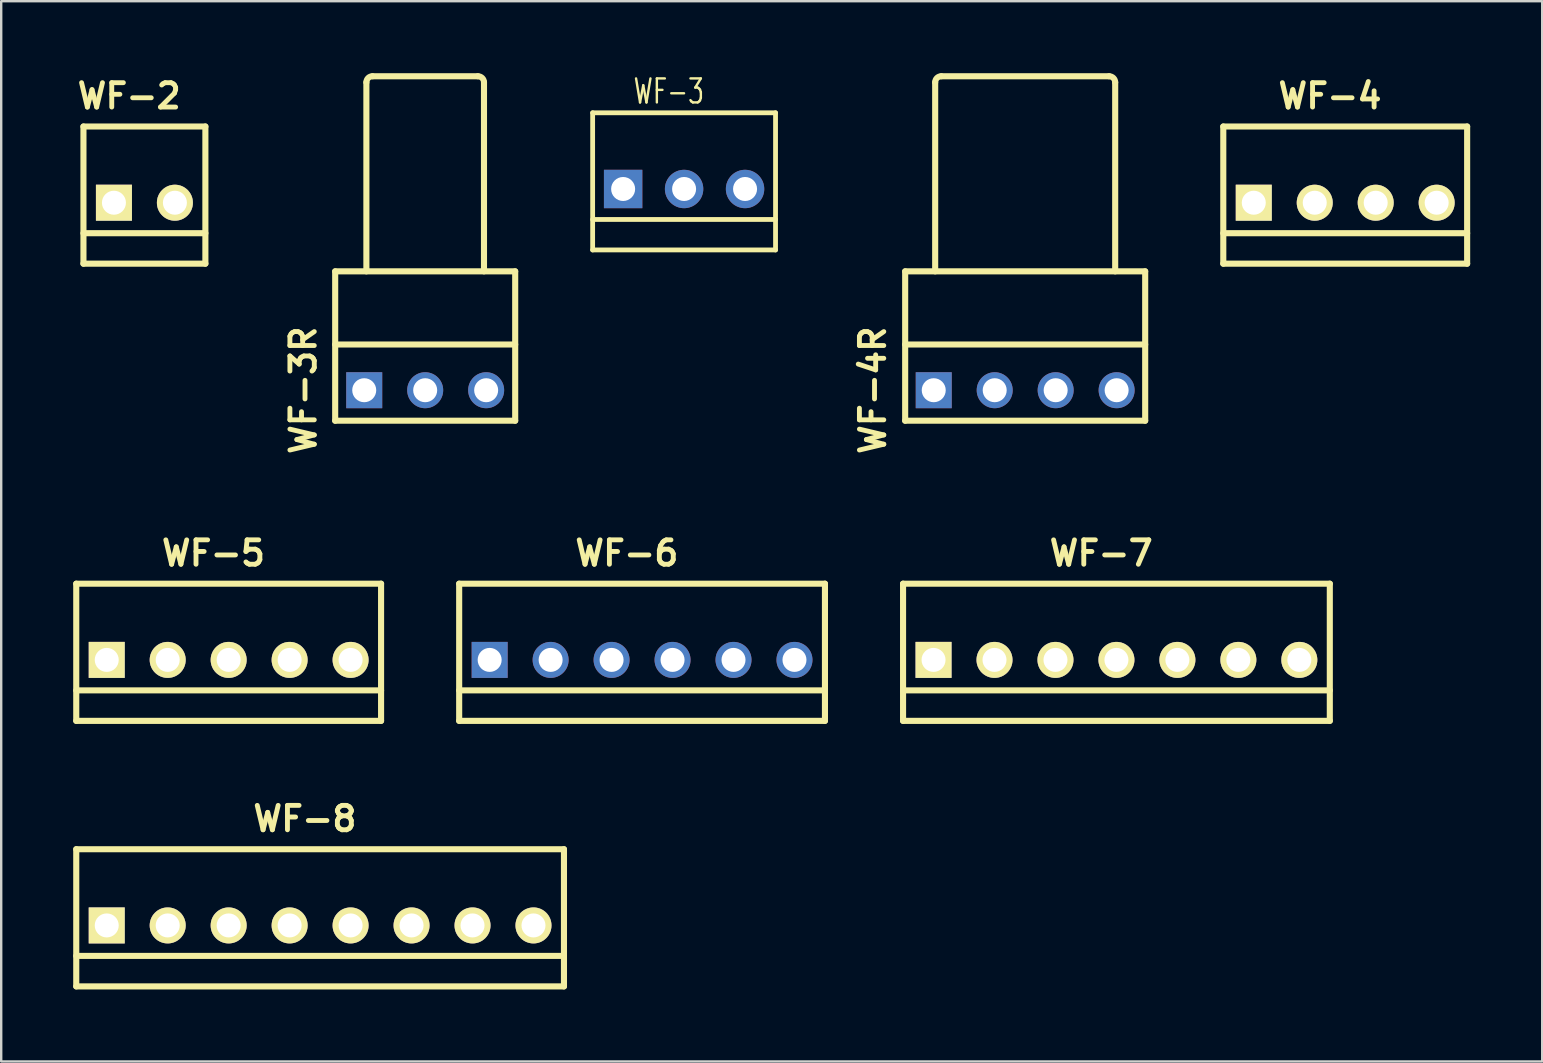
<source format=kicad_pcb>
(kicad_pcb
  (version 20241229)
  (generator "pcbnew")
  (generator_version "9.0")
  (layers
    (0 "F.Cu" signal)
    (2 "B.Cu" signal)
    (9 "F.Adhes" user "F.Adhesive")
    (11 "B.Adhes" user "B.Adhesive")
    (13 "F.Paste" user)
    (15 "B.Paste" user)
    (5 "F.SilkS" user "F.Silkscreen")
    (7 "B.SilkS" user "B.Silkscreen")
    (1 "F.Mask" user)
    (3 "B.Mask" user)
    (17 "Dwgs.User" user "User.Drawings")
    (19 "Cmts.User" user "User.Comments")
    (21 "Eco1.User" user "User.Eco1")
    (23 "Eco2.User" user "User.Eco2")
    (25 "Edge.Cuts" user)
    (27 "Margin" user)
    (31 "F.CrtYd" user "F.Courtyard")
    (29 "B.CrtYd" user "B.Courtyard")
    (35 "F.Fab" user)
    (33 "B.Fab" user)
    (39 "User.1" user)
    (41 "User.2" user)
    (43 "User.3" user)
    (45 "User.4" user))
  (footprint "WF-2"
    (layer "F.Cu")
    (at 2.967 5.396)
    (property "Reference" "WF-2" (at -0.635 -4.445 0) (layer "F.SilkS") (effects (font (size 1.016 1.016) (thickness 0.203))))
    (attr through_hole)
    (fp_line (start -2.54 -3.175) (end 2.54 -3.175) (stroke (width 0.254) (type solid)) (layer "F.SilkS"))
    (fp_line (start -2.54 2.54) (end -2.54 -3.175) (stroke (width 0.254) (type solid)) (layer "F.SilkS"))
    (fp_line (start -2.54 2.54) (end 2.54 2.54) (stroke (width 0.254) (type solid)) (layer "F.SilkS"))
    (fp_line (start 2.54 1.27) (end -2.54 1.27) (stroke (width 0.254) (type solid)) (layer "F.SilkS"))
    (fp_line (start 2.54 2.54) (end 2.54 -3.175) (stroke (width 0.254) (type solid)) (layer "F.SilkS"))
    (pad "1" thru_hole rect (at -1.27 0) (size 1.5 1.5) (drill 1) (layers "*.Cu" "*.Mask" "F.SilkS"))
    (pad "2" thru_hole circle (at 1.27 0) (size 1.5 1.5) (drill 1) (layers "*.Cu" "*.Mask" "F.SilkS")))
  (footprint "WF-7"
    (layer "F.Cu")
    (at 43.465 24.444)
    (property "Reference" "WF-7" (at -0.635 -4.445 0) (layer "F.SilkS") (effects (font (size 1.016 1.016) (thickness 0.203))))
    (attr through_hole)
    (fp_line (start -8.89 -3.175) (end 8.89 -3.175) (stroke (width 0.254) (type solid)) (layer "F.SilkS"))
    (fp_line (start -8.89 2.54) (end -8.89 -3.175) (stroke (width 0.254) (type solid)) (layer "F.SilkS"))
    (fp_line (start -8.89 2.54) (end 8.89 2.54) (stroke (width 0.254) (type solid)) (layer "F.SilkS"))
    (fp_line (start 8.89 1.27) (end -8.89 1.27) (stroke (width 0.254) (type solid)) (layer "F.SilkS"))
    (fp_line (start 8.89 2.54) (end 8.89 -3.175) (stroke (width 0.254) (type solid)) (layer "F.SilkS"))
    (pad "1" thru_hole rect (at -7.62 0) (size 1.5 1.5) (drill 1) (layers "*.Cu" "*.Mask" "F.SilkS"))
    (pad "2" thru_hole circle (at -5.08 0) (size 1.5 1.5) (drill 1) (layers "*.Cu" "*.Mask" "F.SilkS"))
    (pad "3" thru_hole circle (at -2.54 0) (size 1.5 1.5) (drill 1) (layers "*.Cu" "*.Mask" "F.SilkS"))
    (pad "4" thru_hole circle (at 0 0) (size 1.5 1.5) (drill 1) (layers "*.Cu" "*.Mask" "F.SilkS"))
    (pad "5" thru_hole circle (at 2.54 0) (size 1.5 1.5) (drill 1) (layers "*.Cu" "*.Mask" "F.SilkS"))
    (pad "6" thru_hole circle (at 5.08 0) (size 1.5 1.5) (drill 1) (layers "*.Cu" "*.Mask" "F.SilkS"))
    (pad "7" thru_hole circle (at 7.62 0) (size 1.5 1.5) (drill 1) (layers "*.Cu" "*.Mask" "F.SilkS")))
  (footprint "WF-3R"
    (layer "F.Cu")
    (at 14.665 13.208)
    (property "Reference" "WF-3R" (at -5.08 0 90) (layer "F.SilkS") (effects (font (size 1.016 1.016) (thickness 0.203))))
    (attr through_hole)
    (fp_line (start -3.75 1.27) (end -3.75 -4.953) (stroke (width 0.254) (type solid)) (layer "F.SilkS"))
    (fp_line (start -2.45 -4.953) (end -2.45 -12.827) (stroke (width 0.254) (type solid)) (layer "F.SilkS"))
    (fp_line (start -2.196 -13.081) (end 2.196 -13.081) (stroke (width 0.254) (type solid)) (layer "F.SilkS"))
    (fp_line (start 2.45 -12.827) (end 2.45 -4.953) (stroke (width 0.254) (type solid)) (layer "F.SilkS"))
    (fp_line (start 3.75 -4.953) (end -3.75 -4.953) (stroke (width 0.254) (type solid)) (layer "F.SilkS"))
    (fp_line (start 3.75 -1.905) (end -3.75 -1.905) (stroke (width 0.254) (type solid)) (layer "F.SilkS"))
    (fp_line (start 3.75 1.27) (end -3.75 1.27) (stroke (width 0.254) (type solid)) (layer "F.SilkS"))
    (fp_line (start 3.75 1.27) (end 3.75 -4.953) (stroke (width 0.254) (type solid)) (layer "F.SilkS"))
    (fp_arc (start -2.45 -12.827) (mid -2.375605 -13.006605) (end -2.196 -13.081) (stroke (width 0.254) (type solid)) (layer "F.SilkS"))
    (fp_arc (start 2.196 -13.081) (mid 2.375605 -13.006605) (end 2.45 -12.827) (stroke (width 0.254) (type solid)) (layer "F.SilkS"))
    (pad "1" thru_hole rect (at -2.54 0) (size 1.5 1.5) (drill 1) (layers "*.Cu" "*.Mask"))
    (pad "2" thru_hole circle (at 0 0) (size 1.5 1.5) (drill 1) (layers "*.Cu" "*.Mask"))
    (pad "3" thru_hole circle (at 2.54 0) (size 1.5 1.5) (drill 1) (layers "*.Cu" "*.Mask")))
  (footprint "WF-3"
    (layer "F.Cu")
    (at 25.452 4.824)
    (property "Reference" "WF-3" (at -0.635 -4.064 0) (layer "F.SilkS") (effects (font (size 1 0.7) (thickness 0.1))))
    (attr through_hole)
    (fp_line (start -3.81 -3.175) (end 3.81 -3.175) (stroke (width 0.2) (type solid)) (layer "F.SilkS"))
    (fp_line (start -3.81 1.27) (end 3.81 1.27) (stroke (width 0.2) (type solid)) (layer "F.SilkS"))
    (fp_line (start -3.81 2.54) (end -3.81 -3.175) (stroke (width 0.2) (type solid)) (layer "F.SilkS"))
    (fp_line (start 3.81 2.54) (end -3.81 2.54) (stroke (width 0.2) (type solid)) (layer "F.SilkS"))
    (fp_line (start 3.81 2.54) (end 3.81 -3.175) (stroke (width 0.2) (type solid)) (layer "F.SilkS"))
    (pad "1" thru_hole rect (at -2.54 0) (size 1.6 1.6) (drill 1) (layers "*.Cu" "*.Mask"))
    (pad "2" thru_hole circle (at 0 0) (size 1.6 1.6) (drill 1) (layers "*.Cu" "*.Mask"))
    (pad "3" thru_hole circle (at 2.54 0) (size 1.6 1.6) (drill 1) (layers "*.Cu" "*.Mask")))
  (footprint "WF-6"
    (layer "F.Cu")
    (at 23.701 24.444)
    (property "Reference" "WF-6" (at -0.635 -4.445 0) (layer "F.SilkS") (effects (font (size 1.016 1.016) (thickness 0.203))))
    (attr through_hole)
    (fp_line (start -7.62 -3.175) (end 7.62 -3.175) (stroke (width 0.254) (type solid)) (layer "F.SilkS"))
    (fp_line (start -7.62 2.54) (end -7.62 -3.175) (stroke (width 0.254) (type solid)) (layer "F.SilkS"))
    (fp_line (start 7.62 1.27) (end -7.62 1.27) (stroke (width 0.254) (type solid)) (layer "F.SilkS"))
    (fp_line (start 7.62 2.54) (end -7.62 2.54) (stroke (width 0.254) (type solid)) (layer "F.SilkS"))
    (fp_line (start 7.62 2.54) (end 7.62 -3.175) (stroke (width 0.254) (type solid)) (layer "F.SilkS"))
    (pad "1" thru_hole rect (at -6.35 0) (size 1.5 1.5) (drill 1) (layers "*.Cu" "*.Mask"))
    (pad "2" thru_hole circle (at -3.81 0) (size 1.5 1.5) (drill 1) (layers "*.Cu" "*.Mask"))
    (pad "3" thru_hole circle (at -1.27 0) (size 1.5 1.5) (drill 1) (layers "*.Cu" "*.Mask"))
    (pad "4" thru_hole circle (at 1.27 0) (size 1.5 1.5) (drill 1) (layers "*.Cu" "*.Mask"))
    (pad "5" thru_hole circle (at 3.81 0) (size 1.5 1.5) (drill 1) (layers "*.Cu" "*.Mask"))
    (pad "6" thru_hole circle (at 6.35 0) (size 1.5 1.5) (drill 1) (layers "*.Cu" "*.Mask")))
  (footprint "WF-8"
    (layer "F.Cu")
    (at 10.287 35.507)
    (property "Reference" "WF-8" (at -0.635 -4.445 0) (layer "F.SilkS") (effects (font (size 1.016 1.016) (thickness 0.203))))
    (attr through_hole)
    (fp_line (start -10.16 1.27) (end 10.16 1.27) (stroke (width 0.254) (type solid)) (layer "F.SilkS"))
    (fp_line (start -10.16 2.54) (end -10.16 -3.175) (stroke (width 0.254) (type solid)) (layer "F.SilkS"))
    (fp_line (start 10.16 -3.175) (end -10.16 -3.175) (stroke (width 0.254) (type solid)) (layer "F.SilkS"))
    (fp_line (start 10.16 2.54) (end -10.16 2.54) (stroke (width 0.254) (type solid)) (layer "F.SilkS"))
    (fp_line (start 10.16 2.54) (end 10.16 -3.175) (stroke (width 0.254) (type solid)) (layer "F.SilkS"))
    (pad "1" thru_hole rect (at -8.89 0) (size 1.5 1.5) (drill 1) (layers "*.Cu" "*.Mask" "F.SilkS"))
    (pad "2" thru_hole circle (at -6.35 0) (size 1.5 1.5) (drill 1) (layers "*.Cu" "*.Mask" "F.SilkS"))
    (pad "3" thru_hole circle (at -3.81 0) (size 1.5 1.5) (drill 1) (layers "*.Cu" "*.Mask" "F.SilkS"))
    (pad "4" thru_hole circle (at -1.27 0) (size 1.5 1.5) (drill 1) (layers "*.Cu" "*.Mask" "F.SilkS"))
    (pad "5" thru_hole circle (at 1.27 0) (size 1.5 1.5) (drill 1) (layers "*.Cu" "*.Mask" "F.SilkS"))
    (pad "6" thru_hole circle (at 3.81 0) (size 1.5 1.5) (drill 1) (layers "*.Cu" "*.Mask" "F.SilkS"))
    (pad "7" thru_hole circle (at 6.35 0) (size 1.5 1.5) (drill 1) (layers "*.Cu" "*.Mask" "F.SilkS"))
    (pad "8" thru_hole circle (at 8.89 0) (size 1.5 1.5) (drill 1) (layers "*.Cu" "*.Mask" "F.SilkS")))
  (footprint "WF-4R"
    (layer "F.Cu")
    (at 39.663 13.208)
    (property "Reference" "WF-4R" (at -6.35 0 90) (layer "F.SilkS") (effects (font (size 1.016 1.016) (thickness 0.203))))
    (attr through_hole)
    (fp_line (start -5 1.27) (end -5 -4.953) (stroke (width 0.254) (type solid)) (layer "F.SilkS"))
    (fp_line (start -3.75 -4.953) (end -3.75 -12.827) (stroke (width 0.254) (type solid)) (layer "F.SilkS"))
    (fp_line (start -3.496 -13.081) (end 3.496 -13.081) (stroke (width 0.254) (type solid)) (layer "F.SilkS"))
    (fp_line (start 3.75 -12.827) (end 3.75 -4.953) (stroke (width 0.254) (type solid)) (layer "F.SilkS"))
    (fp_line (start 5 -4.953) (end -5 -4.953) (stroke (width 0.254) (type solid)) (layer "F.SilkS"))
    (fp_line (start 5 -1.905) (end -5 -1.905) (stroke (width 0.254) (type solid)) (layer "F.SilkS"))
    (fp_line (start 5 1.27) (end -5 1.27) (stroke (width 0.254) (type solid)) (layer "F.SilkS"))
    (fp_line (start 5 1.27) (end 5 -4.953) (stroke (width 0.254) (type solid)) (layer "F.SilkS"))
    (fp_arc (start -3.75 -12.827) (mid -3.675605 -13.006605) (end -3.496 -13.081) (stroke (width 0.254) (type solid)) (layer "F.SilkS"))
    (fp_arc (start 3.496 -13.081) (mid 3.675605 -13.006605) (end 3.75 -12.827) (stroke (width 0.254) (type solid)) (layer "F.SilkS"))
    (pad "1" thru_hole rect (at -3.81 0) (size 1.5 1.5) (drill 1) (layers "*.Cu" "*.Mask"))
    (pad "2" thru_hole circle (at -1.27 0) (size 1.5 1.5) (drill 1) (layers "*.Cu" "*.Mask"))
    (pad "3" thru_hole circle (at 1.27 0) (size 1.5 1.5) (drill 1) (layers "*.Cu" "*.Mask"))
    (pad "4" thru_hole circle (at 3.81 0) (size 1.5 1.5) (drill 1) (layers "*.Cu" "*.Mask")))
  (footprint "WF-4"
    (layer "F.Cu")
    (at 52.997 5.396)
    (property "Reference" "WF-4" (at -0.635 -4.445 0) (layer "F.SilkS") (effects (font (size 1.016 1.016) (thickness 0.203))))
    (attr through_hole)
    (fp_line (start -5.08 -3.175) (end 5.08 -3.175) (stroke (width 0.254) (type solid)) (layer "F.SilkS"))
    (fp_line (start -5.08 2.54) (end -5.08 -3.175) (stroke (width 0.254) (type solid)) (layer "F.SilkS"))
    (fp_line (start 5.08 1.27) (end -5.08 1.27) (stroke (width 0.254) (type solid)) (layer "F.SilkS"))
    (fp_line (start 5.08 2.54) (end -5.08 2.54) (stroke (width 0.254) (type solid)) (layer "F.SilkS"))
    (fp_line (start 5.08 2.54) (end 5.08 -3.175) (stroke (width 0.254) (type solid)) (layer "F.SilkS"))
    (pad "1" thru_hole rect (at -3.81 0) (size 1.5 1.5) (drill 1) (layers "*.Cu" "*.Mask" "F.SilkS"))
    (pad "2" thru_hole circle (at -1.27 0) (size 1.5 1.5) (drill 1) (layers "*.Cu" "*.Mask" "F.SilkS"))
    (pad "3" thru_hole circle (at 1.27 0) (size 1.5 1.5) (drill 1) (layers "*.Cu" "*.Mask" "F.SilkS"))
    (pad "4" thru_hole circle (at 3.81 0) (size 1.5 1.5) (drill 1) (layers "*.Cu" "*.Mask" "F.SilkS")))
  (footprint "WF-5"
    (layer "F.Cu")
    (at 6.477 24.444)
    (property "Reference" "WF-5" (at -0.635 -4.445 0) (layer "F.SilkS") (effects (font (size 1.016 1.016) (thickness 0.203))))
    (attr through_hole)
    (fp_line (start -6.35 -3.175) (end 6.35 -3.175) (stroke (width 0.254) (type solid)) (layer "F.SilkS"))
    (fp_line (start -6.35 1.27) (end 6.35 1.27) (stroke (width 0.254) (type solid)) (layer "F.SilkS"))
    (fp_line (start -6.35 2.54) (end -6.35 -3.175) (stroke (width 0.254) (type solid)) (layer "F.SilkS"))
    (fp_line (start 6.35 2.54) (end -6.35 2.54) (stroke (width 0.254) (type solid)) (layer "F.SilkS"))
    (fp_line (start 6.35 2.54) (end 6.35 -3.175) (stroke (width 0.254) (type solid)) (layer "F.SilkS"))
    (pad "1" thru_hole rect (at -5.08 0) (size 1.5 1.5) (drill 1) (layers "*.Cu" "*.Mask" "F.SilkS"))
    (pad "2" thru_hole circle (at -2.54 0) (size 1.5 1.5) (drill 1) (layers "*.Cu" "*.Mask" "F.SilkS"))
    (pad "3" thru_hole circle (at 0 0) (size 1.5 1.5) (drill 1) (layers "*.Cu" "*.Mask" "F.SilkS"))
    (pad "4" thru_hole circle (at 2.54 0) (size 1.5 1.5) (drill 1) (layers "*.Cu" "*.Mask" "F.SilkS"))
    (pad "5" thru_hole circle (at 5.08 0) (size 1.5 1.5) (drill 1) (layers "*.Cu" "*.Mask" "F.SilkS")))
  (gr_rect
    (start -3 -3)
    (end 61.204 41.174)
    (stroke (width 0.1) (type default))
    (fill no)
    (layer "Edge.Cuts")))
</source>
